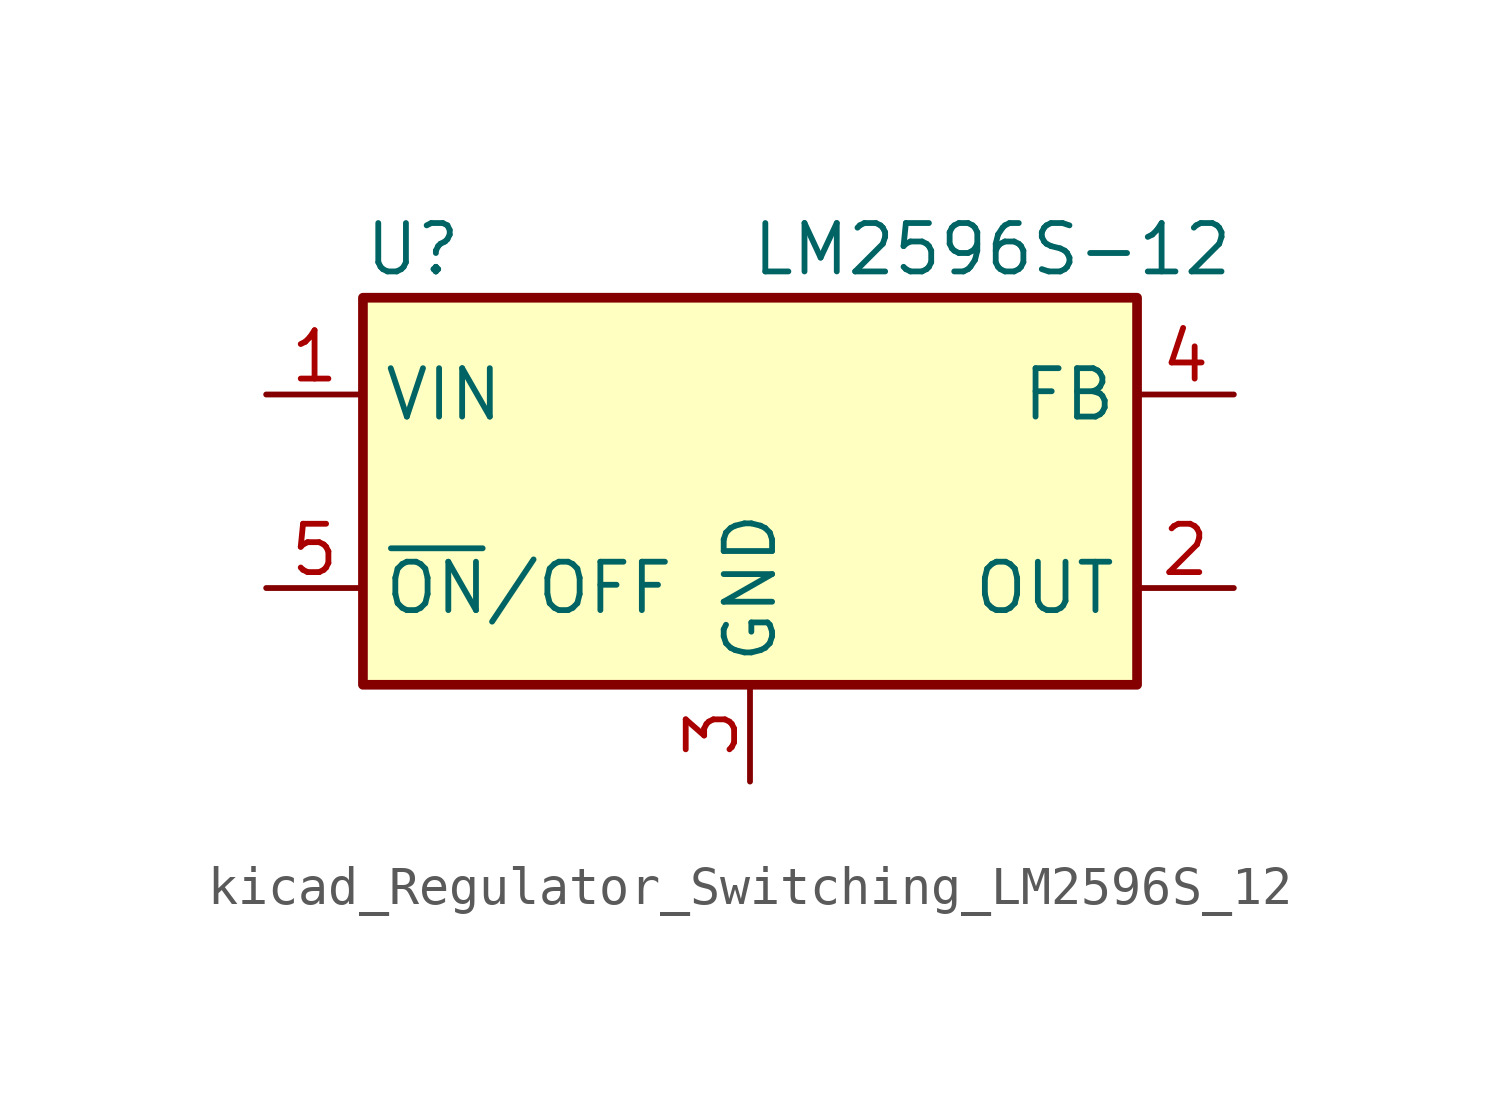
<source format=kicad_sym>
(kicad_symbol_lib
  (version 20220914)
  (generator kicad_symbol_editor)
  (symbol "kicad_Regulator_Switching_LM2596S_12"
    (property "Reference" "U"
      (at -10.16 6.35 0)
      (effects (font (size 1.27 1.27)) (justify left)))
    (property "Value" "LM2596S-12"
      (at 0 6.35 0)
      (effects (font (size 1.27 1.27)) (justify left)))
    (symbol "kicad_Regulator_Switching_LM2596S_12_0_1"
      (rectangle (start -10.16 5.08) (end 10.16 -5.08) (stroke (width 0.254) (type default)) (fill (type background))))
    (symbol "kicad_Regulator_Switching_LM2596S_12_1_1"
      (pin power_in line (at -12.7 2.54 0) (length 2.54) (name "VIN" (effects (font (size 1.27 1.27)))) (number "1" (effects (font (size 1.27 1.27)))))
      (pin output line (at 12.7 -2.54 180) (length 2.54) (name "OUT" (effects (font (size 1.27 1.27)))) (number "2" (effects (font (size 1.27 1.27)))))
      (pin power_in line (at 0 -7.62 90) (length 2.54) (name "GND" (effects (font (size 1.27 1.27)))) (number "3" (effects (font (size 1.27 1.27)))))
      (pin input line (at 12.7 2.54 180) (length 2.54) (name "FB" (effects (font (size 1.27 1.27)))) (number "4" (effects (font (size 1.27 1.27)))))
      (pin input line (at -12.7 -2.54 0) (length 2.54) (name "~{ON}/OFF" (effects (font (size 1.27 1.27)))) (number "5" (effects (font (size 1.27 1.27))))))))
</source>
